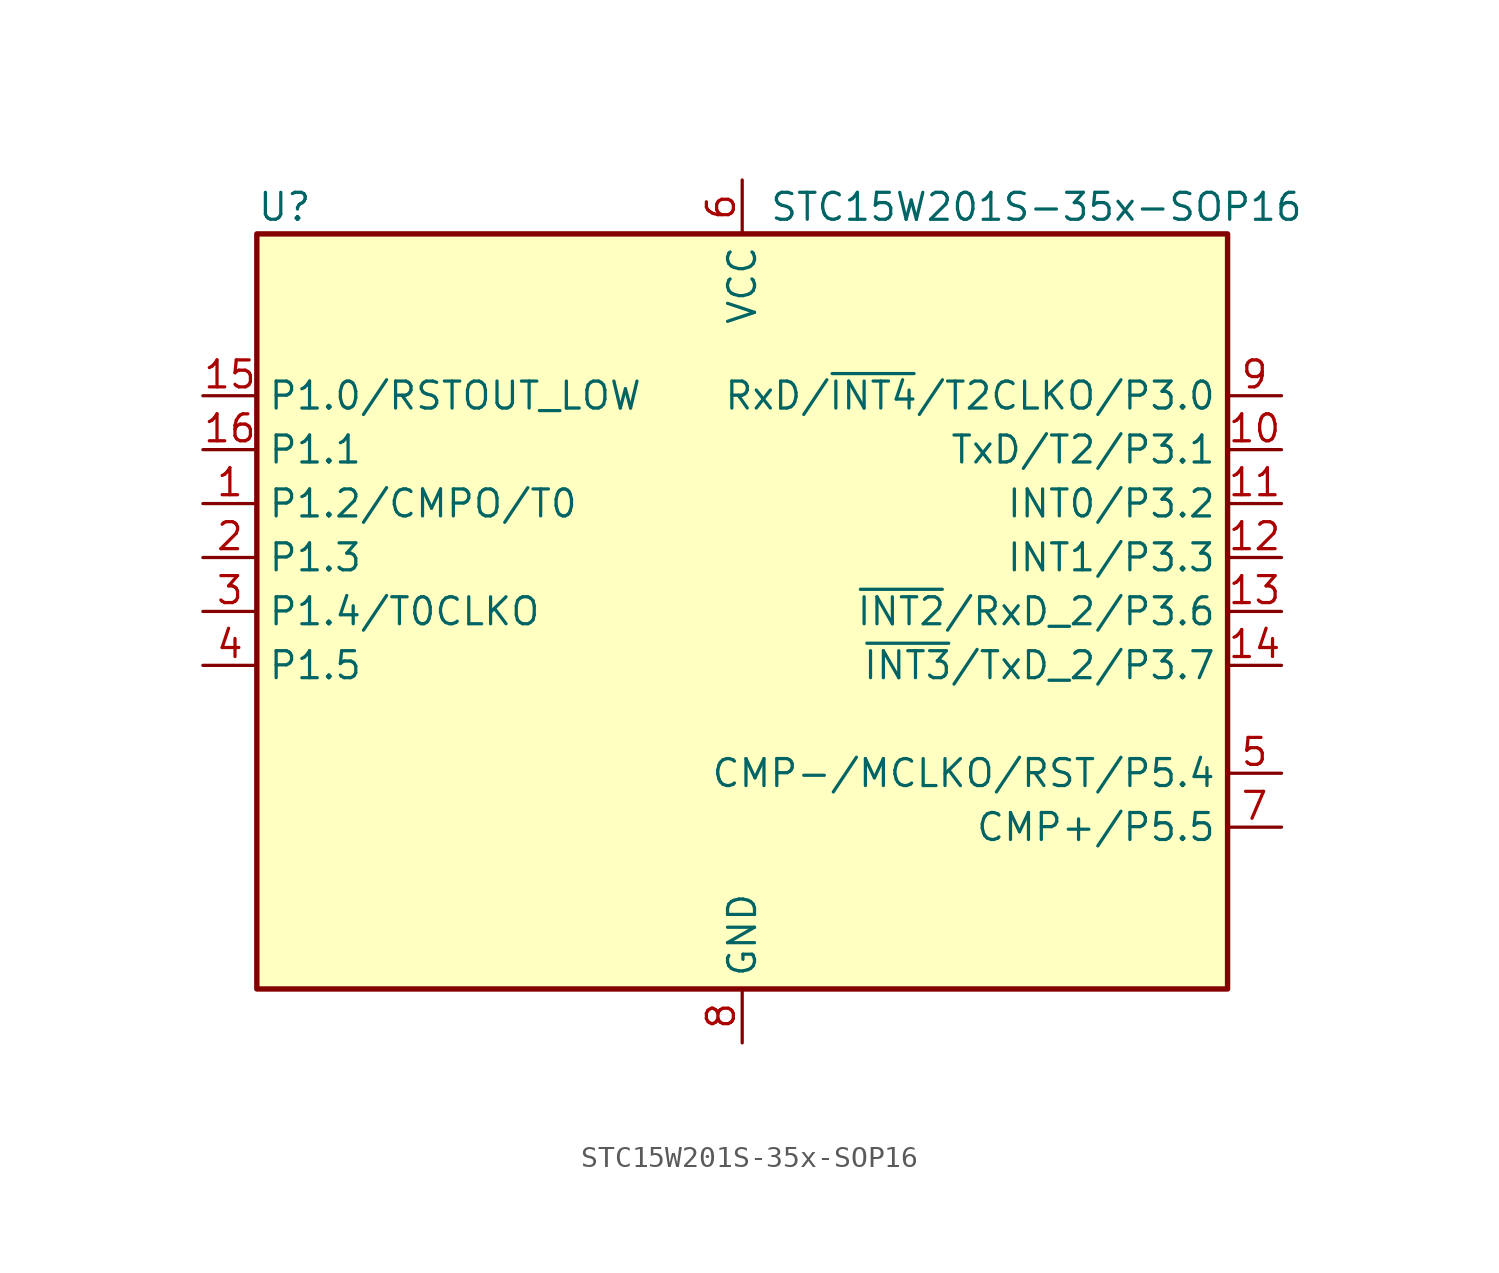
<source format=kicad_sym>
(kicad_symbol_lib
  (version 20241209)
  (generator "kicad_symbol_editor")
  (generator_version "9.0")
  (symbol "STC15W201S-35x-SOP16"
    (property "Reference" "U"
      (at -22.86 19.05 0)
      (effects (font (size 1.27 1.27)) (justify left)))
    (property "Value" "STC15W201S-35x-SOP16"
      (at 1.27 19.05 0)
      (effects (font (size 1.27 1.27)) (justify left)))
    (symbol "STC15W201S-35x-SOP16_0_1"
      (rectangle (start -22.86 17.78) (end 22.86 -17.78) (stroke (width 0.254) (type default)) (fill (type background))))
    (symbol "STC15W201S-35x-SOP16_1_1"
      (pin bidirectional line (at -25.4 10.16 0) (length 2.54) (name "P1.0/RSTOUT_LOW" (effects (font (size 1.27 1.27)))) (number "15" (effects (font (size 1.27 1.27)))))
      (pin bidirectional line (at -25.4 7.62 0) (length 2.54) (name "P1.1" (effects (font (size 1.27 1.27)))) (number "16" (effects (font (size 1.27 1.27)))))
      (pin bidirectional line (at -25.4 5.08 0) (length 2.54) (name "P1.2/CMPO/T0" (effects (font (size 1.27 1.27)))) (number "1" (effects (font (size 1.27 1.27)))))
      (pin bidirectional line (at -25.4 2.54 0) (length 2.54) (name "P1.3" (effects (font (size 1.27 1.27)))) (number "2" (effects (font (size 1.27 1.27)))))
      (pin bidirectional line (at -25.4 0 0) (length 2.54) (name "P1.4/T0CLKO" (effects (font (size 1.27 1.27)))) (number "3" (effects (font (size 1.27 1.27)))))
      (pin bidirectional line (at -25.4 -2.54 0) (length 2.54) (name "P1.5" (effects (font (size 1.27 1.27)))) (number "4" (effects (font (size 1.27 1.27)))))
      (pin power_in line (at 0 20.32 270) (length 2.54) (name "VCC" (effects (font (size 1.27 1.27)))) (number "6" (effects (font (size 1.27 1.27)))))
      (pin power_in line (at 0 -20.32 90) (length 2.54) (name "GND" (effects (font (size 1.27 1.27)))) (number "8" (effects (font (size 1.27 1.27)))))
      (pin bidirectional line (at 25.4 10.16 180) (length 2.54) (name "RxD/~{INT4}/T2CLKO/P3.0" (effects (font (size 1.27 1.27)))) (number "9" (effects (font (size 1.27 1.27)))))
      (pin bidirectional line (at 25.4 7.62 180) (length 2.54) (name "TxD/T2/P3.1" (effects (font (size 1.27 1.27)))) (number "10" (effects (font (size 1.27 1.27)))))
      (pin bidirectional line (at 25.4 5.08 180) (length 2.54) (name "INT0/P3.2" (effects (font (size 1.27 1.27)))) (number "11" (effects (font (size 1.27 1.27)))))
      (pin bidirectional line (at 25.4 2.54 180) (length 2.54) (name "INT1/P3.3" (effects (font (size 1.27 1.27)))) (number "12" (effects (font (size 1.27 1.27)))))
      (pin bidirectional line (at 25.4 0 180) (length 2.54) (name "~{INT2}/RxD_2/P3.6" (effects (font (size 1.27 1.27)))) (number "13" (effects (font (size 1.27 1.27)))))
      (pin bidirectional line (at 25.4 -2.54 180) (length 2.54) (name "~{INT3}/TxD_2/P3.7" (effects (font (size 1.27 1.27)))) (number "14" (effects (font (size 1.27 1.27)))))
      (pin bidirectional line (at 25.4 -7.62 180) (length 2.54) (name "CMP-/MCLKO/RST/P5.4" (effects (font (size 1.27 1.27)))) (number "5" (effects (font (size 1.27 1.27)))))
      (pin bidirectional line (at 25.4 -10.16 180) (length 2.54) (name "CMP+/P5.5" (effects (font (size 1.27 1.27)))) (number "7" (effects (font (size 1.27 1.27))))))))
</source>
